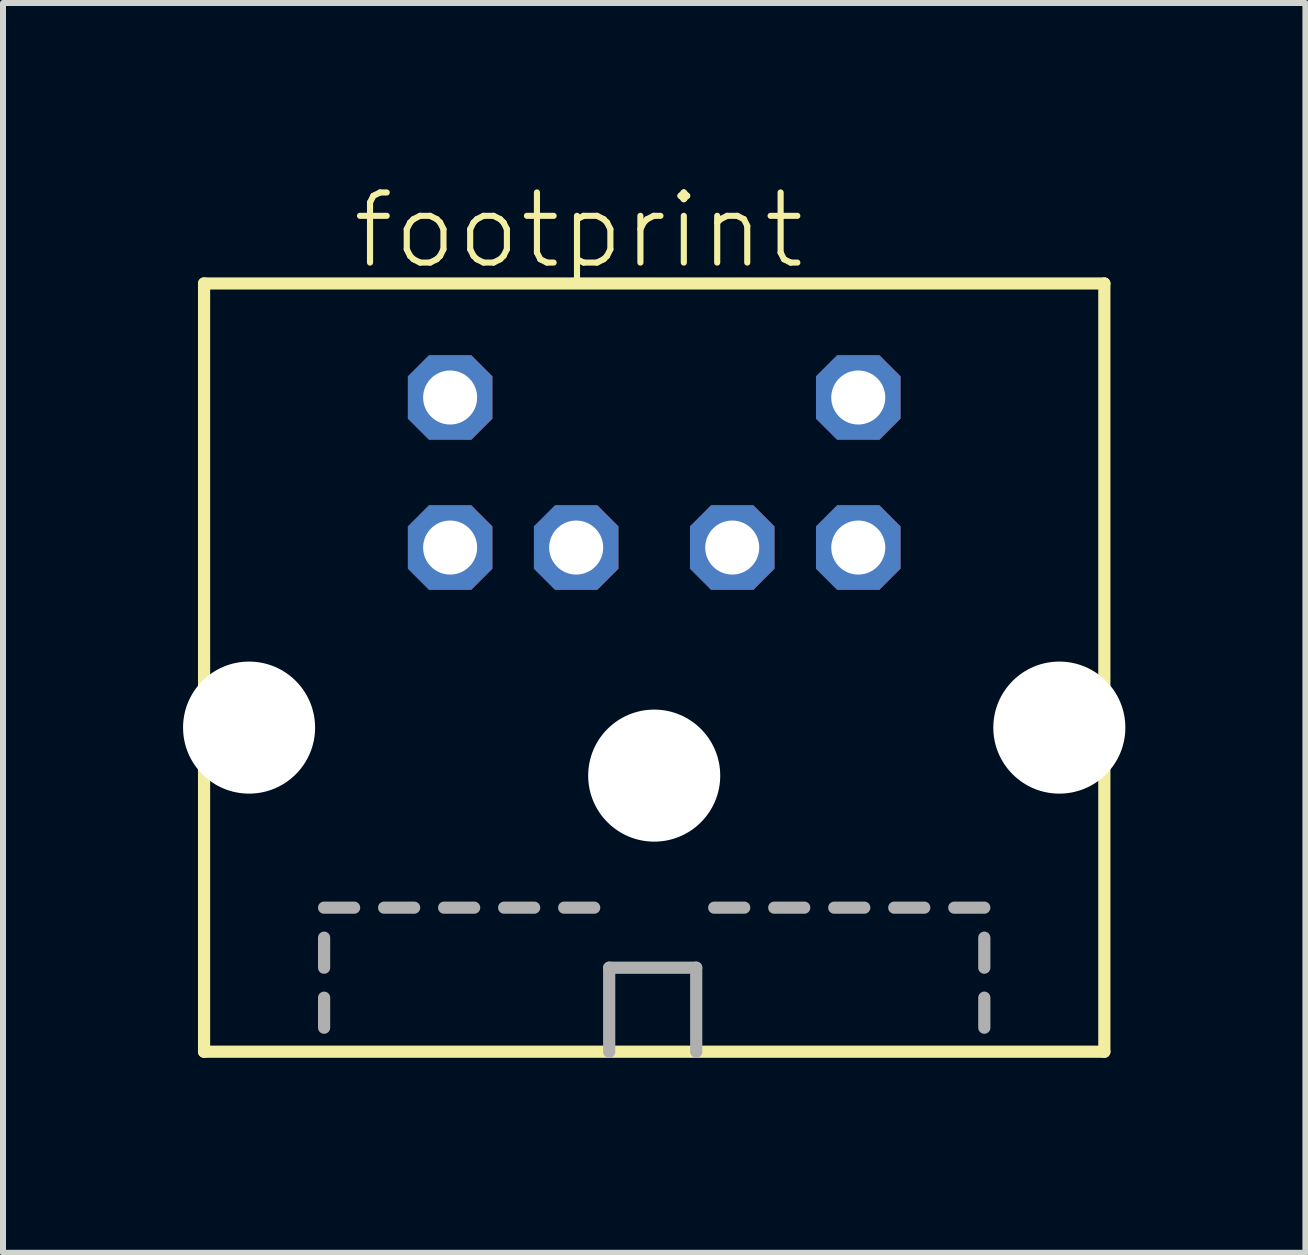
<source format=kicad_pcb>
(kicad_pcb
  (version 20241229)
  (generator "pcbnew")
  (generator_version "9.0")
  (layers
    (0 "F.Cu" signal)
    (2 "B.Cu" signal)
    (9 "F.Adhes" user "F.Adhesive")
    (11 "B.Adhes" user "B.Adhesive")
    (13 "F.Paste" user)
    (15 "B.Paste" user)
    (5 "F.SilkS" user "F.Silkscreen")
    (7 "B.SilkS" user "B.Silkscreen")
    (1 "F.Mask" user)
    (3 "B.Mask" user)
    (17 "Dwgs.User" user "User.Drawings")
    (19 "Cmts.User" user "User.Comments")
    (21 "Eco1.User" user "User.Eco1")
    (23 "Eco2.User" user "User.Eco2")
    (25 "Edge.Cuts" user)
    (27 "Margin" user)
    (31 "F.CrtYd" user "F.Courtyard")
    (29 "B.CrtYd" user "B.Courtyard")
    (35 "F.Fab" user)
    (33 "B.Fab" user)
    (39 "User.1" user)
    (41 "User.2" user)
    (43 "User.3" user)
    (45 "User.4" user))
  (footprint "footprint"
    (layer "F.Cu")
    (at 7.85 14.573)
    (property "Reference" "footprint" (at -5.08 -13.1 0) (layer "F.SilkS") (effects (font (size 1.168 1.168) (thickness 0.102)) (justify left bottom)))
    (fp_line (start -7.5 -12.9) (end -7.5 -0.1) (stroke (width 0.203) (type solid)) (layer "F.SilkS"))
    (fp_line (start -7.5 -0.1) (end 7.5 -0.1) (stroke (width 0.203) (type solid)) (layer "F.SilkS"))
    (fp_line (start 7.5 -12.9) (end -7.5 -12.9) (stroke (width 0.203) (type solid)) (layer "F.SilkS"))
    (fp_line (start 7.5 -0.1) (end 7.5 -12.9) (stroke (width 0.203) (type solid)) (layer "F.SilkS"))
    (fp_line (start -5.5 -2.5) (end -5 -2.5) (stroke (width 0.203) (type solid)) (layer "F.Fab"))
    (fp_line (start -5.5 -1.5) (end -5.5 -2) (stroke (width 0.203) (type solid)) (layer "F.Fab"))
    (fp_line (start -5.5 -0.5) (end -5.5 -1) (stroke (width 0.203) (type solid)) (layer "F.Fab"))
    (fp_line (start -4.5 -2.5) (end -4 -2.5) (stroke (width 0.203) (type solid)) (layer "F.Fab"))
    (fp_line (start -3.5 -2.5) (end -3 -2.5) (stroke (width 0.203) (type solid)) (layer "F.Fab"))
    (fp_line (start -2.5 -2.5) (end -2 -2.5) (stroke (width 0.203) (type solid)) (layer "F.Fab"))
    (fp_line (start -1.5 -2.5) (end -1 -2.5) (stroke (width 0.203) (type solid)) (layer "F.Fab"))
    (fp_line (start -0.75 -1.5) (end 0.7 -1.5) (stroke (width 0.203) (type solid)) (layer "F.Fab"))
    (fp_line (start -0.75 -0.1) (end -0.75 -1.5) (stroke (width 0.203) (type solid)) (layer "F.Fab"))
    (fp_line (start 0.7 -1.5) (end 0.7 -0.1) (stroke (width 0.203) (type solid)) (layer "F.Fab"))
    (fp_line (start 1 -2.5) (end 1.5 -2.5) (stroke (width 0.203) (type solid)) (layer "F.Fab"))
    (fp_line (start 2 -2.5) (end 2.5 -2.5) (stroke (width 0.203) (type solid)) (layer "F.Fab"))
    (fp_line (start 3 -2.5) (end 3.5 -2.5) (stroke (width 0.203) (type solid)) (layer "F.Fab"))
    (fp_line (start 4 -2.5) (end 4.5 -2.5) (stroke (width 0.203) (type solid)) (layer "F.Fab"))
    (fp_line (start 5 -2.5) (end 5.5 -2.5) (stroke (width 0.203) (type solid)) (layer "F.Fab"))
    (fp_line (start 5.5 -1.5) (end 5.5 -2) (stroke (width 0.203) (type solid)) (layer "F.Fab"))
    (fp_line (start 5.5 -0.5) (end 5.5 -1) (stroke (width 0.203) (type solid)) (layer "F.Fab"))
    (pad "" np_thru_hole circle (at -6.75 -5.5) (size 2.2 2.2) (drill 2.2) (layers "*.Cu" "*.Mask"))
    (pad "" np_thru_hole circle (at 0 -4.7) (size 2.2 2.2) (drill 2.2) (layers "*.Cu" "*.Mask"))
    (pad "" np_thru_hole circle (at 6.75 -5.5) (size 2.2 2.2) (drill 2.2) (layers "*.Cu" "*.Mask"))
    (pad "1" thru_hole roundrect (at 1.3 -8.5) (size 1.408 1.408) (drill 0.9) (layers "*.Cu" "*.Mask") (roundrect_rratio 0.25) (chamfer_ratio 0.25) (chamfer top_left top_right bottom_left bottom_right))
    (pad "2" thru_hole roundrect (at -1.3 -8.5) (size 1.408 1.408) (drill 0.9) (layers "*.Cu" "*.Mask") (roundrect_rratio 0.25) (chamfer_ratio 0.25) (chamfer top_left top_right bottom_left bottom_right))
    (pad "3" thru_hole roundrect (at 3.4 -8.5) (size 1.408 1.408) (drill 0.9) (layers "*.Cu" "*.Mask") (roundrect_rratio 0.25) (chamfer_ratio 0.25) (chamfer top_left top_right bottom_left bottom_right))
    (pad "4" thru_hole roundrect (at -3.4 -8.5) (size 1.408 1.408) (drill 0.9) (layers "*.Cu" "*.Mask") (roundrect_rratio 0.25) (chamfer_ratio 0.25) (chamfer top_left top_right bottom_left bottom_right))
    (pad "5" thru_hole roundrect (at 3.4 -11) (size 1.408 1.408) (drill 0.9) (layers "*.Cu" "*.Mask") (roundrect_rratio 0.25) (chamfer_ratio 0.25) (chamfer top_left top_right bottom_left bottom_right))
    (pad "6" thru_hole roundrect (at -3.4 -11) (size 1.408 1.408) (drill 0.9) (layers "*.Cu" "*.Mask") (roundrect_rratio 0.25) (chamfer_ratio 0.25) (chamfer top_left top_right bottom_left bottom_right)))
  (gr_rect
    (start -3 -3)
    (end 18.7 17.823)
    (stroke (width 0.1) (type default))
    (fill no)
    (layer "Edge.Cuts")))
</source>
